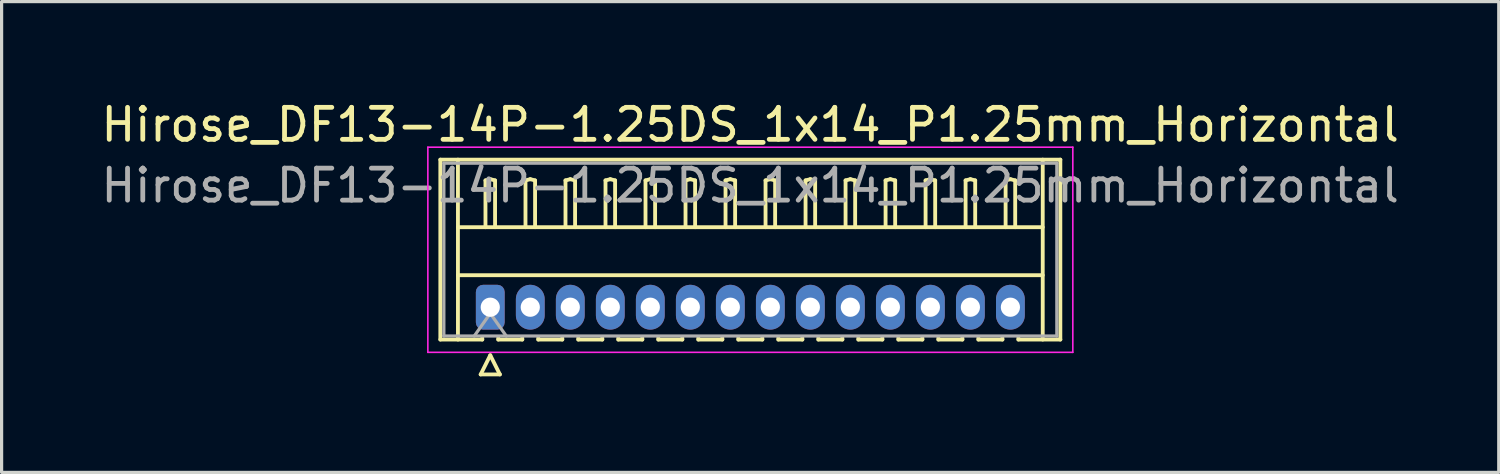
<source format=kicad_pcb>
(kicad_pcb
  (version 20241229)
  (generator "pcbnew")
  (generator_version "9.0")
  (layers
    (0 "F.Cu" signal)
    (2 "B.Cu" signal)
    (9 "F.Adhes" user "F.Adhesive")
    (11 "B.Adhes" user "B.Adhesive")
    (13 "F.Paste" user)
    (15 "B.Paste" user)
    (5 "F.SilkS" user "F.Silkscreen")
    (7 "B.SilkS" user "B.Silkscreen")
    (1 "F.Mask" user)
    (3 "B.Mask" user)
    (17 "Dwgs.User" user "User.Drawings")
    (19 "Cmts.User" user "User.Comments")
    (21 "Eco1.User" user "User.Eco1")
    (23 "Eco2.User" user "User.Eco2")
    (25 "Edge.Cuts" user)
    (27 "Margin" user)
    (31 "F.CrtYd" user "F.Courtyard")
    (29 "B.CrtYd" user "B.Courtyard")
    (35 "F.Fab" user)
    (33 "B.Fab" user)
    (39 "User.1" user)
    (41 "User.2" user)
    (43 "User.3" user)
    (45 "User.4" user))
  (footprint "Hirose_DF13-14P-1.25DS_1x14_P1.25mm_Horizontal"
    (layer "F.Cu")
    (at 12.267 6.548)
    (property "Reference" "Hirose_DF13-14P-1.25DS_1x14_P1.25mm_Horizontal" (at 8.12 -5.7 0) (layer "F.SilkS") (effects (font (size 1 1) (thickness 0.15))))
    (attr through_hole)
    (fp_line (start -1.56 -4.61) (end 17.81 -4.61) (stroke (width 0.12) (type solid)) (layer "F.SilkS"))
    (fp_line (start -1.56 1.01) (end -1.56 -4.61) (stroke (width 0.12) (type solid)) (layer "F.SilkS"))
    (fp_line (start -1.01 -4.61) (end -1.01 1.01) (stroke (width 0.12) (type solid)) (layer "F.SilkS"))
    (fp_line (start -1.01 -2.5) (end 17.26 -2.5) (stroke (width 0.12) (type solid)) (layer "F.SilkS"))
    (fp_line (start -1.01 -1) (end 17.26 -1) (stroke (width 0.12) (type solid)) (layer "F.SilkS"))
    (fp_line (start -0.3 2.1) (end 0.3 2.1) (stroke (width 0.12) (type solid)) (layer "F.SilkS"))
    (fp_line (start -0.25 0.96) (end -0.25 1.01) (stroke (width 0.12) (type solid)) (layer "F.SilkS"))
    (fp_line (start -0.25 1.01) (end -1.56 1.01) (stroke (width 0.12) (type solid)) (layer "F.SilkS"))
    (fp_line (start -0.15 -3.962) (end 0 -4) (stroke (width 0.12) (type solid)) (layer "F.SilkS"))
    (fp_line (start -0.15 -2.5) (end -0.15 -3.962) (stroke (width 0.12) (type solid)) (layer "F.SilkS"))
    (fp_line (start 0 -4) (end 0.15 -3.962) (stroke (width 0.12) (type solid)) (layer "F.SilkS"))
    (fp_line (start 0 1.5) (end -0.3 2.1) (stroke (width 0.12) (type solid)) (layer "F.SilkS"))
    (fp_line (start 0.15 -3.962) (end 0.15 -2.5) (stroke (width 0.12) (type solid)) (layer "F.SilkS"))
    (fp_line (start 0.25 0.96) (end 0.25 1.01) (stroke (width 0.12) (type solid)) (layer "F.SilkS"))
    (fp_line (start 0.25 1.01) (end 1 1.01) (stroke (width 0.12) (type solid)) (layer "F.SilkS"))
    (fp_line (start 0.3 2.1) (end 0 1.5) (stroke (width 0.12) (type solid)) (layer "F.SilkS"))
    (fp_line (start 1 1.01) (end 1 0.96) (stroke (width 0.12) (type solid)) (layer "F.SilkS"))
    (fp_line (start 1.1 -3.962) (end 1.25 -4) (stroke (width 0.12) (type solid)) (layer "F.SilkS"))
    (fp_line (start 1.1 -2.5) (end 1.1 -3.962) (stroke (width 0.12) (type solid)) (layer "F.SilkS"))
    (fp_line (start 1.25 -4) (end 1.4 -3.962) (stroke (width 0.12) (type solid)) (layer "F.SilkS"))
    (fp_line (start 1.4 -3.962) (end 1.4 -2.5) (stroke (width 0.12) (type solid)) (layer "F.SilkS"))
    (fp_line (start 1.5 0.96) (end 1.5 1.01) (stroke (width 0.12) (type solid)) (layer "F.SilkS"))
    (fp_line (start 1.5 1.01) (end 2.25 1.01) (stroke (width 0.12) (type solid)) (layer "F.SilkS"))
    (fp_line (start 2.25 1.01) (end 2.25 0.96) (stroke (width 0.12) (type solid)) (layer "F.SilkS"))
    (fp_line (start 2.35 -3.962) (end 2.5 -4) (stroke (width 0.12) (type solid)) (layer "F.SilkS"))
    (fp_line (start 2.35 -2.5) (end 2.35 -3.962) (stroke (width 0.12) (type solid)) (layer "F.SilkS"))
    (fp_line (start 2.5 -4) (end 2.65 -3.962) (stroke (width 0.12) (type solid)) (layer "F.SilkS"))
    (fp_line (start 2.65 -3.962) (end 2.65 -2.5) (stroke (width 0.12) (type solid)) (layer "F.SilkS"))
    (fp_line (start 2.75 0.96) (end 2.75 1.01) (stroke (width 0.12) (type solid)) (layer "F.SilkS"))
    (fp_line (start 2.75 1.01) (end 3.5 1.01) (stroke (width 0.12) (type solid)) (layer "F.SilkS"))
    (fp_line (start 3.5 1.01) (end 3.5 0.96) (stroke (width 0.12) (type solid)) (layer "F.SilkS"))
    (fp_line (start 3.6 -3.962) (end 3.75 -4) (stroke (width 0.12) (type solid)) (layer "F.SilkS"))
    (fp_line (start 3.6 -2.5) (end 3.6 -3.962) (stroke (width 0.12) (type solid)) (layer "F.SilkS"))
    (fp_line (start 3.75 -4) (end 3.9 -3.962) (stroke (width 0.12) (type solid)) (layer "F.SilkS"))
    (fp_line (start 3.9 -3.962) (end 3.9 -2.5) (stroke (width 0.12) (type solid)) (layer "F.SilkS"))
    (fp_line (start 4 0.96) (end 4 1.01) (stroke (width 0.12) (type solid)) (layer "F.SilkS"))
    (fp_line (start 4 1.01) (end 4.75 1.01) (stroke (width 0.12) (type solid)) (layer "F.SilkS"))
    (fp_line (start 4.75 1.01) (end 4.75 0.96) (stroke (width 0.12) (type solid)) (layer "F.SilkS"))
    (fp_line (start 4.85 -3.962) (end 5 -4) (stroke (width 0.12) (type solid)) (layer "F.SilkS"))
    (fp_line (start 4.85 -2.5) (end 4.85 -3.962) (stroke (width 0.12) (type solid)) (layer "F.SilkS"))
    (fp_line (start 5 -4) (end 5.15 -3.962) (stroke (width 0.12) (type solid)) (layer "F.SilkS"))
    (fp_line (start 5.15 -3.962) (end 5.15 -2.5) (stroke (width 0.12) (type solid)) (layer "F.SilkS"))
    (fp_line (start 5.25 0.96) (end 5.25 1.01) (stroke (width 0.12) (type solid)) (layer "F.SilkS"))
    (fp_line (start 5.25 1.01) (end 6 1.01) (stroke (width 0.12) (type solid)) (layer "F.SilkS"))
    (fp_line (start 6 1.01) (end 6 0.96) (stroke (width 0.12) (type solid)) (layer "F.SilkS"))
    (fp_line (start 6.1 -3.962) (end 6.25 -4) (stroke (width 0.12) (type solid)) (layer "F.SilkS"))
    (fp_line (start 6.1 -2.5) (end 6.1 -3.962) (stroke (width 0.12) (type solid)) (layer "F.SilkS"))
    (fp_line (start 6.25 -4) (end 6.4 -3.962) (stroke (width 0.12) (type solid)) (layer "F.SilkS"))
    (fp_line (start 6.4 -3.962) (end 6.4 -2.5) (stroke (width 0.12) (type solid)) (layer "F.SilkS"))
    (fp_line (start 6.5 0.96) (end 6.5 1.01) (stroke (width 0.12) (type solid)) (layer "F.SilkS"))
    (fp_line (start 6.5 1.01) (end 7.25 1.01) (stroke (width 0.12) (type solid)) (layer "F.SilkS"))
    (fp_line (start 7.25 1.01) (end 7.25 0.96) (stroke (width 0.12) (type solid)) (layer "F.SilkS"))
    (fp_line (start 7.35 -3.962) (end 7.5 -4) (stroke (width 0.12) (type solid)) (layer "F.SilkS"))
    (fp_line (start 7.35 -2.5) (end 7.35 -3.962) (stroke (width 0.12) (type solid)) (layer "F.SilkS"))
    (fp_line (start 7.5 -4) (end 7.65 -3.962) (stroke (width 0.12) (type solid)) (layer "F.SilkS"))
    (fp_line (start 7.65 -3.962) (end 7.65 -2.5) (stroke (width 0.12) (type solid)) (layer "F.SilkS"))
    (fp_line (start 7.75 0.96) (end 7.75 1.01) (stroke (width 0.12) (type solid)) (layer "F.SilkS"))
    (fp_line (start 7.75 1.01) (end 8.5 1.01) (stroke (width 0.12) (type solid)) (layer "F.SilkS"))
    (fp_line (start 8.5 1.01) (end 8.5 0.96) (stroke (width 0.12) (type solid)) (layer "F.SilkS"))
    (fp_line (start 8.6 -3.962) (end 8.75 -4) (stroke (width 0.12) (type solid)) (layer "F.SilkS"))
    (fp_line (start 8.6 -2.5) (end 8.6 -3.962) (stroke (width 0.12) (type solid)) (layer "F.SilkS"))
    (fp_line (start 8.75 -4) (end 8.9 -3.962) (stroke (width 0.12) (type solid)) (layer "F.SilkS"))
    (fp_line (start 8.9 -3.962) (end 8.9 -2.5) (stroke (width 0.12) (type solid)) (layer "F.SilkS"))
    (fp_line (start 9 0.96) (end 9 1.01) (stroke (width 0.12) (type solid)) (layer "F.SilkS"))
    (fp_line (start 9 1.01) (end 9.75 1.01) (stroke (width 0.12) (type solid)) (layer "F.SilkS"))
    (fp_line (start 9.75 1.01) (end 9.75 0.96) (stroke (width 0.12) (type solid)) (layer "F.SilkS"))
    (fp_line (start 9.85 -3.962) (end 10 -4) (stroke (width 0.12) (type solid)) (layer "F.SilkS"))
    (fp_line (start 9.85 -2.5) (end 9.85 -3.962) (stroke (width 0.12) (type solid)) (layer "F.SilkS"))
    (fp_line (start 10 -4) (end 10.15 -3.962) (stroke (width 0.12) (type solid)) (layer "F.SilkS"))
    (fp_line (start 10.15 -3.962) (end 10.15 -2.5) (stroke (width 0.12) (type solid)) (layer "F.SilkS"))
    (fp_line (start 10.25 0.96) (end 10.25 1.01) (stroke (width 0.12) (type solid)) (layer "F.SilkS"))
    (fp_line (start 10.25 1.01) (end 11 1.01) (stroke (width 0.12) (type solid)) (layer "F.SilkS"))
    (fp_line (start 11 1.01) (end 11 0.96) (stroke (width 0.12) (type solid)) (layer "F.SilkS"))
    (fp_line (start 11.1 -3.962) (end 11.25 -4) (stroke (width 0.12) (type solid)) (layer "F.SilkS"))
    (fp_line (start 11.1 -2.5) (end 11.1 -3.962) (stroke (width 0.12) (type solid)) (layer "F.SilkS"))
    (fp_line (start 11.25 -4) (end 11.4 -3.962) (stroke (width 0.12) (type solid)) (layer "F.SilkS"))
    (fp_line (start 11.4 -3.962) (end 11.4 -2.5) (stroke (width 0.12) (type solid)) (layer "F.SilkS"))
    (fp_line (start 11.5 0.96) (end 11.5 1.01) (stroke (width 0.12) (type solid)) (layer "F.SilkS"))
    (fp_line (start 11.5 1.01) (end 12.25 1.01) (stroke (width 0.12) (type solid)) (layer "F.SilkS"))
    (fp_line (start 12.25 1.01) (end 12.25 0.96) (stroke (width 0.12) (type solid)) (layer "F.SilkS"))
    (fp_line (start 12.35 -3.962) (end 12.5 -4) (stroke (width 0.12) (type solid)) (layer "F.SilkS"))
    (fp_line (start 12.35 -2.5) (end 12.35 -3.962) (stroke (width 0.12) (type solid)) (layer "F.SilkS"))
    (fp_line (start 12.5 -4) (end 12.65 -3.962) (stroke (width 0.12) (type solid)) (layer "F.SilkS"))
    (fp_line (start 12.65 -3.962) (end 12.65 -2.5) (stroke (width 0.12) (type solid)) (layer "F.SilkS"))
    (fp_line (start 12.75 0.96) (end 12.75 1.01) (stroke (width 0.12) (type solid)) (layer "F.SilkS"))
    (fp_line (start 12.75 1.01) (end 13.5 1.01) (stroke (width 0.12) (type solid)) (layer "F.SilkS"))
    (fp_line (start 13.5 1.01) (end 13.5 0.96) (stroke (width 0.12) (type solid)) (layer "F.SilkS"))
    (fp_line (start 13.6 -3.962) (end 13.75 -4) (stroke (width 0.12) (type solid)) (layer "F.SilkS"))
    (fp_line (start 13.6 -2.5) (end 13.6 -3.962) (stroke (width 0.12) (type solid)) (layer "F.SilkS"))
    (fp_line (start 13.75 -4) (end 13.9 -3.962) (stroke (width 0.12) (type solid)) (layer "F.SilkS"))
    (fp_line (start 13.9 -3.962) (end 13.9 -2.5) (stroke (width 0.12) (type solid)) (layer "F.SilkS"))
    (fp_line (start 14 0.96) (end 14 1.01) (stroke (width 0.12) (type solid)) (layer "F.SilkS"))
    (fp_line (start 14 1.01) (end 14.75 1.01) (stroke (width 0.12) (type solid)) (layer "F.SilkS"))
    (fp_line (start 14.75 1.01) (end 14.75 0.96) (stroke (width 0.12) (type solid)) (layer "F.SilkS"))
    (fp_line (start 14.85 -3.962) (end 15 -4) (stroke (width 0.12) (type solid)) (layer "F.SilkS"))
    (fp_line (start 14.85 -2.5) (end 14.85 -3.962) (stroke (width 0.12) (type solid)) (layer "F.SilkS"))
    (fp_line (start 15 -4) (end 15.15 -3.962) (stroke (width 0.12) (type solid)) (layer "F.SilkS"))
    (fp_line (start 15.15 -3.962) (end 15.15 -2.5) (stroke (width 0.12) (type solid)) (layer "F.SilkS"))
    (fp_line (start 15.25 0.96) (end 15.25 1.01) (stroke (width 0.12) (type solid)) (layer "F.SilkS"))
    (fp_line (start 15.25 1.01) (end 16 1.01) (stroke (width 0.12) (type solid)) (layer "F.SilkS"))
    (fp_line (start 16 1.01) (end 16 0.96) (stroke (width 0.12) (type solid)) (layer "F.SilkS"))
    (fp_line (start 16.1 -3.962) (end 16.25 -4) (stroke (width 0.12) (type solid)) (layer "F.SilkS"))
    (fp_line (start 16.1 -2.5) (end 16.1 -3.962) (stroke (width 0.12) (type solid)) (layer "F.SilkS"))
    (fp_line (start 16.25 -4) (end 16.4 -3.962) (stroke (width 0.12) (type solid)) (layer "F.SilkS"))
    (fp_line (start 16.4 -3.962) (end 16.4 -2.5) (stroke (width 0.12) (type solid)) (layer "F.SilkS"))
    (fp_line (start 16.5 1.01) (end 16.5 0.96) (stroke (width 0.12) (type solid)) (layer "F.SilkS"))
    (fp_line (start 17.26 -4.61) (end 17.26 1.01) (stroke (width 0.12) (type solid)) (layer "F.SilkS"))
    (fp_line (start 17.81 -4.61) (end 17.81 1.01) (stroke (width 0.12) (type solid)) (layer "F.SilkS"))
    (fp_line (start 17.81 1.01) (end 16.5 1.01) (stroke (width 0.12) (type solid)) (layer "F.SilkS"))
    (fp_line (start -1.95 -5) (end -1.95 1.41) (stroke (width 0.05) (type solid)) (layer "F.CrtYd"))
    (fp_line (start -1.95 1.41) (end 18.2 1.41) (stroke (width 0.05) (type solid)) (layer "F.CrtYd"))
    (fp_line (start 18.2 -5) (end -1.95 -5) (stroke (width 0.05) (type solid)) (layer "F.CrtYd"))
    (fp_line (start 18.2 1.41) (end 18.2 -5) (stroke (width 0.05) (type solid)) (layer "F.CrtYd"))
    (fp_line (start -1.45 -4.5) (end -1.45 0.9) (stroke (width 0.1) (type solid)) (layer "F.Fab"))
    (fp_line (start -1.45 0.9) (end 17.7 0.9) (stroke (width 0.1) (type solid)) (layer "F.Fab"))
    (fp_line (start -0.5 0.9) (end 0 0.193) (stroke (width 0.1) (type solid)) (layer "F.Fab"))
    (fp_line (start 0 0.193) (end 0.5 0.9) (stroke (width 0.1) (type solid)) (layer "F.Fab"))
    (fp_line (start 17.7 -4.5) (end -1.45 -4.5) (stroke (width 0.1) (type solid)) (layer "F.Fab"))
    (fp_line (start 17.7 0.9) (end 17.7 -4.5) (stroke (width 0.1) (type solid)) (layer "F.Fab"))
    (fp_text user "${REFERENCE}" (at 8.12 -3.8 0) (layer "F.Fab") (effects (font (size 1 1) (thickness 0.15))))
    (pad "1" thru_hole roundrect (at 0 0) (size 0.9 1.4) (drill 0.6) (layers "*.Cu" "*.Mask") (roundrect_rratio 0.25))
    (pad "2" thru_hole oval (at 1.25 0) (size 0.9 1.4) (drill 0.6) (layers "*.Cu" "*.Mask"))
    (pad "3" thru_hole oval (at 2.5 0) (size 0.9 1.4) (drill 0.6) (layers "*.Cu" "*.Mask"))
    (pad "4" thru_hole oval (at 3.75 0) (size 0.9 1.4) (drill 0.6) (layers "*.Cu" "*.Mask"))
    (pad "5" thru_hole oval (at 5 0) (size 0.9 1.4) (drill 0.6) (layers "*.Cu" "*.Mask"))
    (pad "6" thru_hole oval (at 6.25 0) (size 0.9 1.4) (drill 0.6) (layers "*.Cu" "*.Mask"))
    (pad "7" thru_hole oval (at 7.5 0) (size 0.9 1.4) (drill 0.6) (layers "*.Cu" "*.Mask"))
    (pad "8" thru_hole oval (at 8.75 0) (size 0.9 1.4) (drill 0.6) (layers "*.Cu" "*.Mask"))
    (pad "9" thru_hole oval (at 10 0) (size 0.9 1.4) (drill 0.6) (layers "*.Cu" "*.Mask"))
    (pad "10" thru_hole oval (at 11.25 0) (size 0.9 1.4) (drill 0.6) (layers "*.Cu" "*.Mask"))
    (pad "11" thru_hole oval (at 12.5 0) (size 0.9 1.4) (drill 0.6) (layers "*.Cu" "*.Mask"))
    (pad "12" thru_hole oval (at 13.75 0) (size 0.9 1.4) (drill 0.6) (layers "*.Cu" "*.Mask"))
    (pad "13" thru_hole oval (at 15 0) (size 0.9 1.4) (drill 0.6) (layers "*.Cu" "*.Mask"))
    (pad "14" thru_hole oval (at 16.25 0) (size 0.9 1.4) (drill 0.6) (layers "*.Cu" "*.Mask")))
  (gr_rect
    (start -3 -3)
    (end 43.774 11.708)
    (stroke (width 0.1) (type default))
    (fill no)
    (layer "Edge.Cuts")))
</source>
